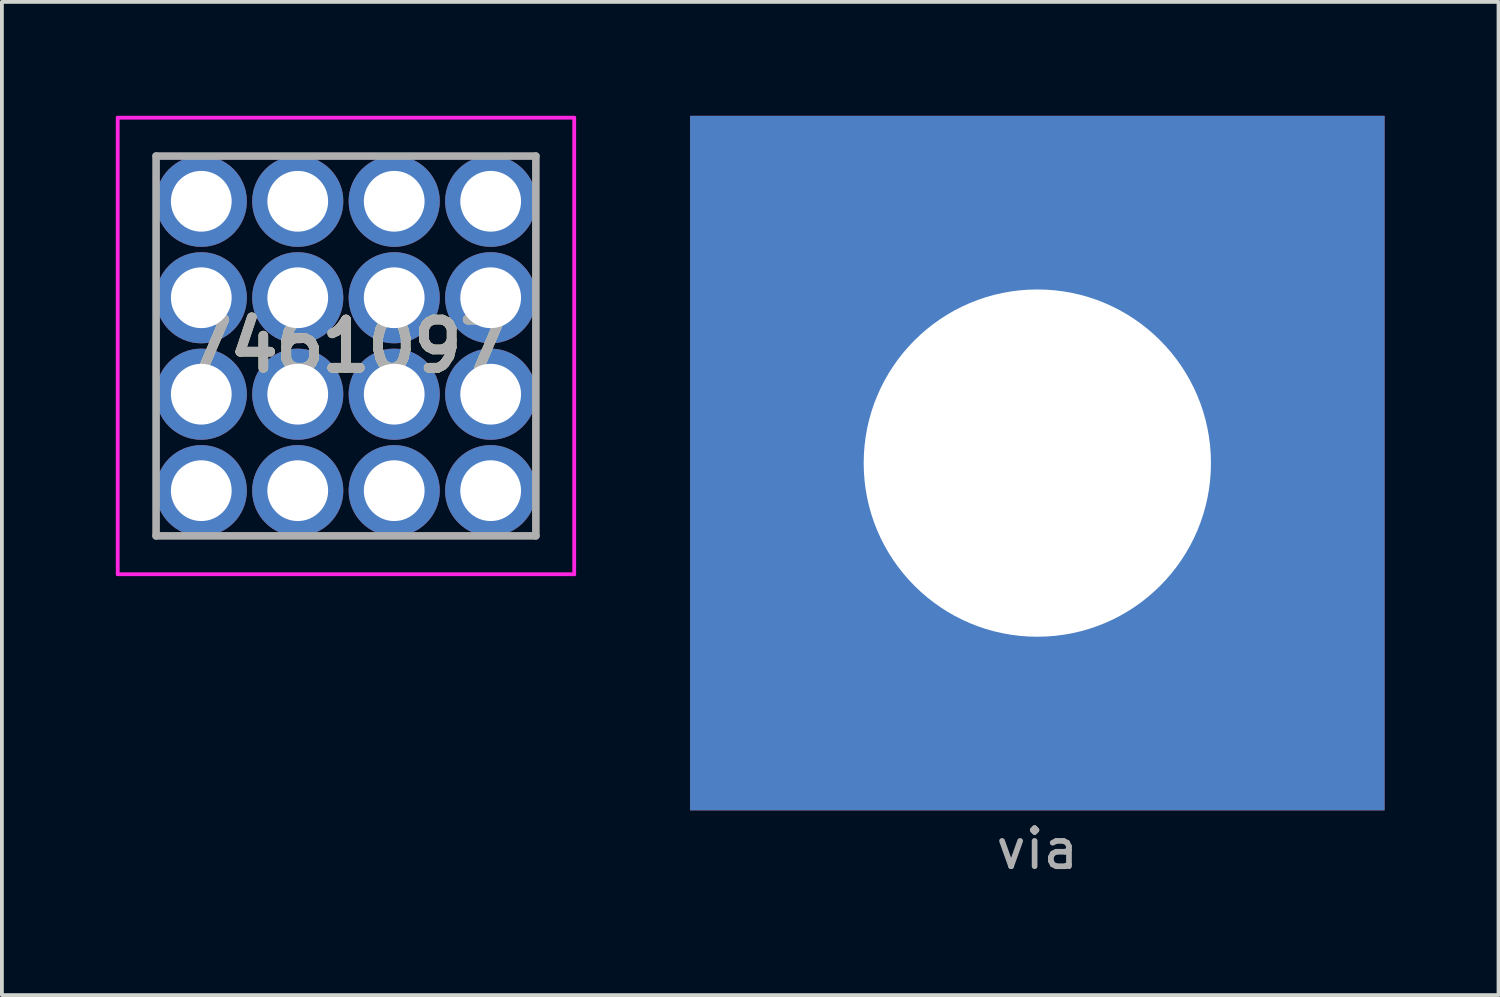
<source format=kicad_pcb>
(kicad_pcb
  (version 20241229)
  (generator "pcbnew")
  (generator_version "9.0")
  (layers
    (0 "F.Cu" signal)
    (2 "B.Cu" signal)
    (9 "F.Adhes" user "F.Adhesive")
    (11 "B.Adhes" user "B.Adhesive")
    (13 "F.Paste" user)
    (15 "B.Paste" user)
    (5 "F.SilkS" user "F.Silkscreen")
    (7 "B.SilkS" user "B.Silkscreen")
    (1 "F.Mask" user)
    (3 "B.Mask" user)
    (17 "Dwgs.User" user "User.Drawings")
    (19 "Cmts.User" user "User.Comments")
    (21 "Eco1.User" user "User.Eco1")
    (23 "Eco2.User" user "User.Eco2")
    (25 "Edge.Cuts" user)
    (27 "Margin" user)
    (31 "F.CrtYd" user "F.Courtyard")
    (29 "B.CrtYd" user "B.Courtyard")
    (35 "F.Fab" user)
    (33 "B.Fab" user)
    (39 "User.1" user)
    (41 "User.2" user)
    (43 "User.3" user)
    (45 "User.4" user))
  (footprint "via"
    (layer "F.Cu")
    (at 24.264 9.144)
    (property "Reference" "via" (at 0 10.16 0) (layer "F.Fab") (effects (font (size 1 1) (thickness 0.15))))
    (attr through_hole)
    (pad "1" thru_hole rect (at 0 0) (size 18.288 18.288) (drill 9.144) (layers "*.Cu" "*.Mask")))
  (footprint "7461097"
    (layer "F.Cu")
    (at 6.06 6.06)
    (property "Reference" "7461097" (at 0 0 0) (layer "F.SilkS") (effects (font (size 1.27 1.27) (thickness 0.254))))
    (attr through_hole)
    (fp_line (start -5 -3) (end -5 -2) (stroke (width 0.1) (type solid)) (layer "F.SilkS"))
    (fp_line (start -5 2) (end -5 3) (stroke (width 0.1) (type solid)) (layer "F.SilkS"))
    (fp_line (start -3 -5) (end -2 -5) (stroke (width 0.1) (type solid)) (layer "F.SilkS"))
    (fp_line (start -3 5) (end -2 5) (stroke (width 0.1) (type solid)) (layer "F.SilkS"))
    (fp_line (start 2 -5) (end 3 -5) (stroke (width 0.1) (type solid)) (layer "F.SilkS"))
    (fp_line (start 2 5) (end 3 5) (stroke (width 0.1) (type solid)) (layer "F.SilkS"))
    (fp_line (start 5 -3) (end 5 -2) (stroke (width 0.1) (type solid)) (layer "F.SilkS"))
    (fp_line (start 5 2) (end 5 3) (stroke (width 0.1) (type solid)) (layer "F.SilkS"))
    (fp_line (start -6.01 -6.01) (end 6.01 -6.01) (stroke (width 0.1) (type solid)) (layer "F.CrtYd"))
    (fp_line (start -6.01 6.01) (end -6.01 -6.01) (stroke (width 0.1) (type solid)) (layer "F.CrtYd"))
    (fp_line (start 6.01 -6.01) (end 6.01 6.01) (stroke (width 0.1) (type solid)) (layer "F.CrtYd"))
    (fp_line (start 6.01 6.01) (end -6.01 6.01) (stroke (width 0.1) (type solid)) (layer "F.CrtYd"))
    (fp_line (start -5 -5) (end 5 -5) (stroke (width 0.2) (type solid)) (layer "F.Fab"))
    (fp_line (start -5 5) (end -5 -5) (stroke (width 0.2) (type solid)) (layer "F.Fab"))
    (fp_line (start 5 -5) (end 5 5) (stroke (width 0.2) (type solid)) (layer "F.Fab"))
    (fp_line (start 5 5) (end -5 5) (stroke (width 0.2) (type solid)) (layer "F.Fab"))
    (fp_text user "${REFERENCE}" (at 0 0 0) (layer "F.Fab") (effects (font (size 1.27 1.27) (thickness 0.254))))
    (pad "1" thru_hole circle (at -3.81 3.81) (size 2.4 2.4) (drill 1.6) (layers "*.Cu" "*.Mask"))
    (pad "2" thru_hole circle (at -1.27 3.81) (size 2.4 2.4) (drill 1.6) (layers "*.Cu" "*.Mask"))
    (pad "3" thru_hole circle (at 1.27 3.81) (size 2.4 2.4) (drill 1.6) (layers "*.Cu" "*.Mask"))
    (pad "4" thru_hole circle (at 3.81 3.81) (size 2.4 2.4) (drill 1.6) (layers "*.Cu" "*.Mask"))
    (pad "5" thru_hole circle (at -3.81 1.27) (size 2.4 2.4) (drill 1.6) (layers "*.Cu" "*.Mask"))
    (pad "6" thru_hole circle (at -1.27 1.27) (size 2.4 2.4) (drill 1.6) (layers "*.Cu" "*.Mask"))
    (pad "7" thru_hole circle (at 1.27 1.27) (size 2.4 2.4) (drill 1.6) (layers "*.Cu" "*.Mask"))
    (pad "8" thru_hole circle (at 3.81 1.27) (size 2.4 2.4) (drill 1.6) (layers "*.Cu" "*.Mask"))
    (pad "9" thru_hole circle (at -3.81 -1.27) (size 2.4 2.4) (drill 1.6) (layers "*.Cu" "*.Mask"))
    (pad "10" thru_hole circle (at -1.27 -1.27) (size 2.4 2.4) (drill 1.6) (layers "*.Cu" "*.Mask"))
    (pad "11" thru_hole circle (at 1.27 -1.27) (size 2.4 2.4) (drill 1.6) (layers "*.Cu" "*.Mask"))
    (pad "12" thru_hole circle (at 3.81 -1.27) (size 2.4 2.4) (drill 1.6) (layers "*.Cu" "*.Mask"))
    (pad "13" thru_hole circle (at -3.81 -3.81) (size 2.4 2.4) (drill 1.6) (layers "*.Cu" "*.Mask"))
    (pad "14" thru_hole circle (at -1.27 -3.81) (size 2.4 2.4) (drill 1.6) (layers "*.Cu" "*.Mask"))
    (pad "15" thru_hole circle (at 1.27 -3.81) (size 2.4 2.4) (drill 1.6) (layers "*.Cu" "*.Mask"))
    (pad "16" thru_hole circle (at 3.81 -3.81) (size 2.4 2.4) (drill 1.6) (layers "*.Cu" "*.Mask")))
  (gr_rect
    (start -3 -3)
    (end 36.408 23.152)
    (stroke (width 0.1) (type default))
    (fill no)
    (layer "Edge.Cuts")))
</source>
